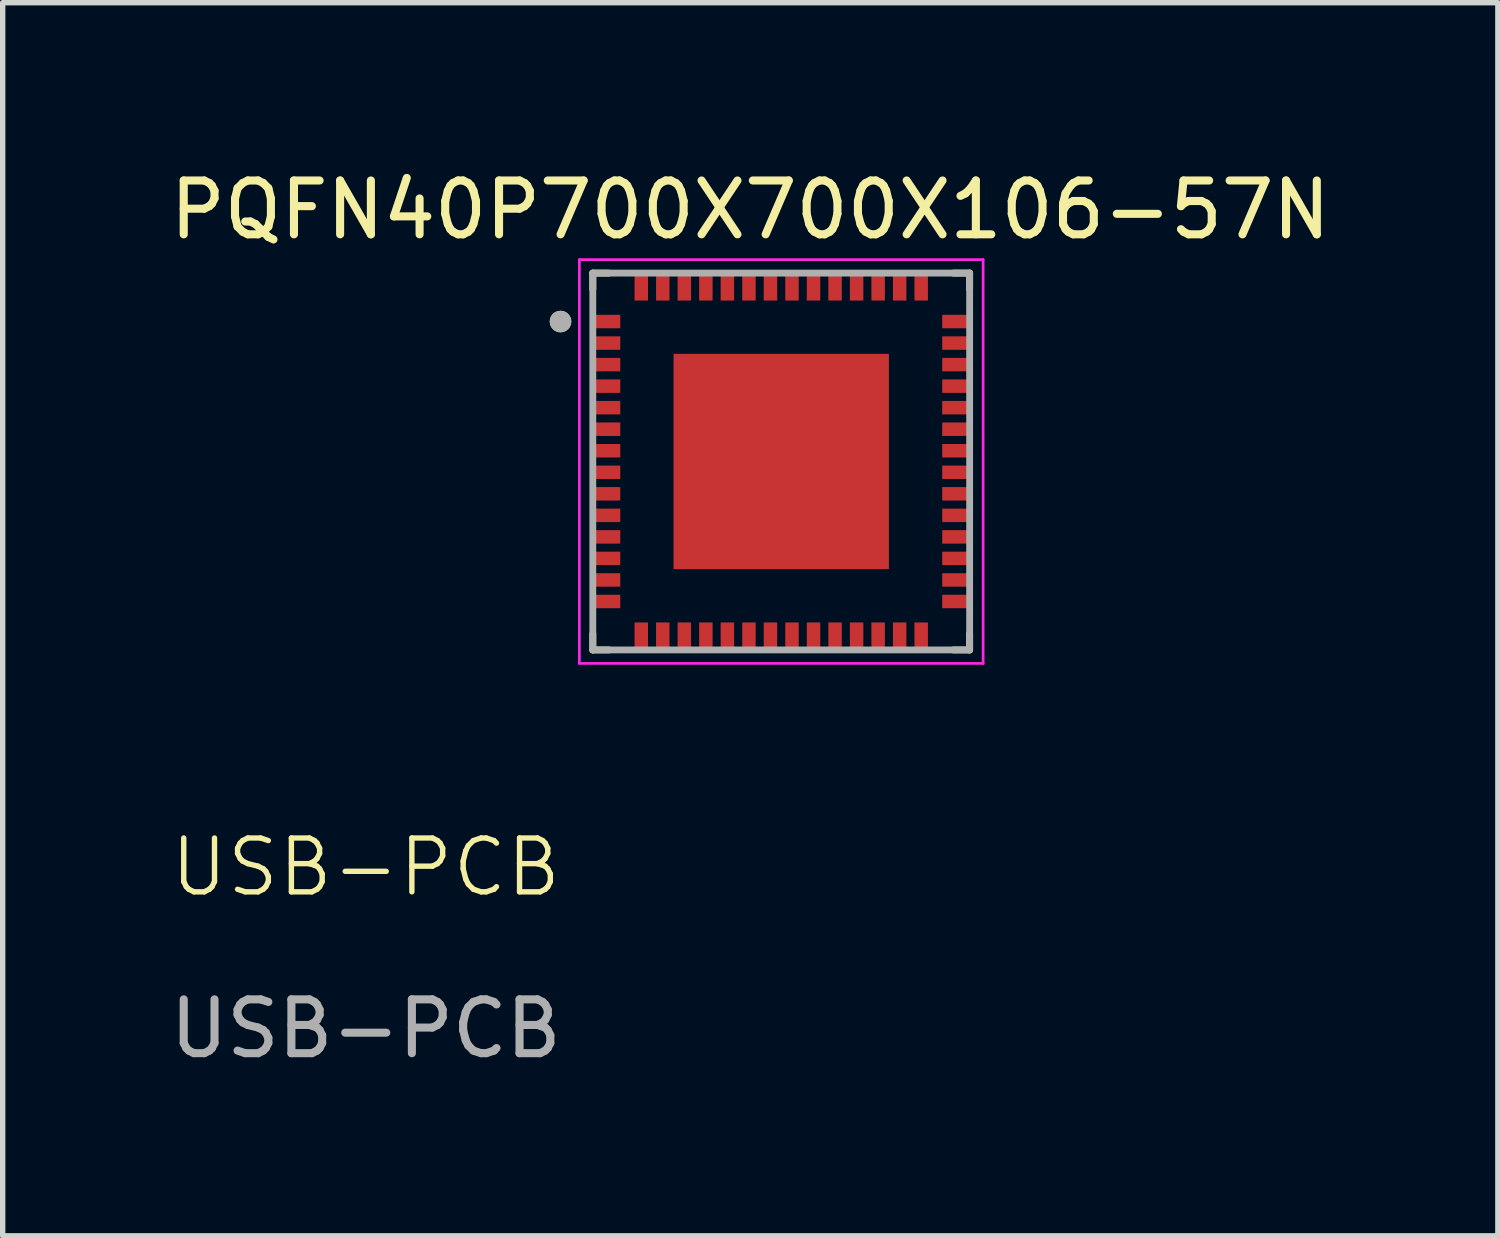
<source format=kicad_pcb>
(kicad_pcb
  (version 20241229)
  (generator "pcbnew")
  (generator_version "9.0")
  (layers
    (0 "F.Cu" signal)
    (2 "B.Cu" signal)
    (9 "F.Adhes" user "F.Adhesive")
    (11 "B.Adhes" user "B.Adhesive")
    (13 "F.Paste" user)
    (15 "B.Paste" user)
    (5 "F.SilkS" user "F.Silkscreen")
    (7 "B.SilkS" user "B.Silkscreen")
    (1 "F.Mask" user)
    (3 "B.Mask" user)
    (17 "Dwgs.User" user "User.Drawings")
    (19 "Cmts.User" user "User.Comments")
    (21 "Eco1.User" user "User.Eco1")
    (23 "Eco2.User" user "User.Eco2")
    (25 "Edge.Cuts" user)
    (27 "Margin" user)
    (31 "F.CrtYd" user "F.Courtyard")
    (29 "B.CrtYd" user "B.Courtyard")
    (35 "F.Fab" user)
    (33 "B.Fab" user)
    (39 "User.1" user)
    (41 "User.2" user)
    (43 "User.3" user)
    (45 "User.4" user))
  (footprint "PQFN40P700X700X106-57N"
    (layer "F.Cu")
    (at 11.462 5.523)
    (property "Reference" "PQFN40P700X700X106-57N" (at -0.575 -4.675 0) (layer "F.SilkS") (effects (font (size 1 1) (thickness 0.15))))
    (attr smd)
    (fp_poly (pts (xy -3.51 -2.775) (xy -2.94 -2.775) (xy -2.94 -2.425) (xy -3.51 -2.425)) (stroke (width 0.01) (type solid)) (fill yes) (layer "F.Mask"))
    (fp_poly (pts (xy -3.51 -2.375) (xy -2.94 -2.375) (xy -2.94 -2.025) (xy -3.51 -2.025)) (stroke (width 0.01) (type solid)) (fill yes) (layer "F.Mask"))
    (fp_poly (pts (xy -3.51 -1.975) (xy -2.94 -1.975) (xy -2.94 -1.625) (xy -3.51 -1.625)) (stroke (width 0.01) (type solid)) (fill yes) (layer "F.Mask"))
    (fp_poly (pts (xy -3.51 -1.575) (xy -2.94 -1.575) (xy -2.94 -1.225) (xy -3.51 -1.225)) (stroke (width 0.01) (type solid)) (fill yes) (layer "F.Mask"))
    (fp_poly (pts (xy -3.51 -1.175) (xy -2.94 -1.175) (xy -2.94 -0.825) (xy -3.51 -0.825)) (stroke (width 0.01) (type solid)) (fill yes) (layer "F.Mask"))
    (fp_poly (pts (xy -3.51 -0.775) (xy -2.94 -0.775) (xy -2.94 -0.425) (xy -3.51 -0.425)) (stroke (width 0.01) (type solid)) (fill yes) (layer "F.Mask"))
    (fp_poly (pts (xy -3.51 -0.375) (xy -2.94 -0.375) (xy -2.94 -0.025) (xy -3.51 -0.025)) (stroke (width 0.01) (type solid)) (fill yes) (layer "F.Mask"))
    (fp_poly (pts (xy -3.51 0.025) (xy -2.94 0.025) (xy -2.94 0.375) (xy -3.51 0.375)) (stroke (width 0.01) (type solid)) (fill yes) (layer "F.Mask"))
    (fp_poly (pts (xy -3.51 0.425) (xy -2.94 0.425) (xy -2.94 0.775) (xy -3.51 0.775)) (stroke (width 0.01) (type solid)) (fill yes) (layer "F.Mask"))
    (fp_poly (pts (xy -3.51 0.825) (xy -2.94 0.825) (xy -2.94 1.175) (xy -3.51 1.175)) (stroke (width 0.01) (type solid)) (fill yes) (layer "F.Mask"))
    (fp_poly (pts (xy -3.51 1.225) (xy -2.94 1.225) (xy -2.94 1.575) (xy -3.51 1.575)) (stroke (width 0.01) (type solid)) (fill yes) (layer "F.Mask"))
    (fp_poly (pts (xy -3.51 1.625) (xy -2.94 1.625) (xy -2.94 1.975) (xy -3.51 1.975)) (stroke (width 0.01) (type solid)) (fill yes) (layer "F.Mask"))
    (fp_poly (pts (xy -3.51 2.025) (xy -2.94 2.025) (xy -2.94 2.375) (xy -3.51 2.375)) (stroke (width 0.01) (type solid)) (fill yes) (layer "F.Mask"))
    (fp_poly (pts (xy -3.51 2.425) (xy -2.94 2.425) (xy -2.94 2.775) (xy -3.51 2.775)) (stroke (width 0.01) (type solid)) (fill yes) (layer "F.Mask"))
    (fp_poly (pts (xy -2.885 -3.4) (xy -2.315 -3.4) (xy -2.315 -3.05) (xy -2.885 -3.05)) (stroke (width 0.01) (type solid)) (fill yes) (layer "F.Mask"))
    (fp_poly (pts (xy -2.885 3.05) (xy -2.315 3.05) (xy -2.315 3.4) (xy -2.885 3.4)) (stroke (width 0.01) (type solid)) (fill yes) (layer "F.Mask"))
    (fp_poly (pts (xy -2.485 -3.4) (xy -1.915 -3.4) (xy -1.915 -3.05) (xy -2.485 -3.05)) (stroke (width 0.01) (type solid)) (fill yes) (layer "F.Mask"))
    (fp_poly (pts (xy -2.485 3.05) (xy -1.915 3.05) (xy -1.915 3.4) (xy -2.485 3.4)) (stroke (width 0.01) (type solid)) (fill yes) (layer "F.Mask"))
    (fp_poly (pts (xy -2.085 -3.4) (xy -1.515 -3.4) (xy -1.515 -3.05) (xy -2.085 -3.05)) (stroke (width 0.01) (type solid)) (fill yes) (layer "F.Mask"))
    (fp_poly (pts (xy -2.085 3.05) (xy -1.515 3.05) (xy -1.515 3.4) (xy -2.085 3.4)) (stroke (width 0.01) (type solid)) (fill yes) (layer "F.Mask"))
    (fp_poly (pts (xy -1.685 -3.4) (xy -1.115 -3.4) (xy -1.115 -3.05) (xy -1.685 -3.05)) (stroke (width 0.01) (type solid)) (fill yes) (layer "F.Mask"))
    (fp_poly (pts (xy -1.685 3.05) (xy -1.115 3.05) (xy -1.115 3.4) (xy -1.685 3.4)) (stroke (width 0.01) (type solid)) (fill yes) (layer "F.Mask"))
    (fp_poly (pts (xy -1.285 -3.4) (xy -0.715 -3.4) (xy -0.715 -3.05) (xy -1.285 -3.05)) (stroke (width 0.01) (type solid)) (fill yes) (layer "F.Mask"))
    (fp_poly (pts (xy -1.285 3.05) (xy -0.715 3.05) (xy -0.715 3.4) (xy -1.285 3.4)) (stroke (width 0.01) (type solid)) (fill yes) (layer "F.Mask"))
    (fp_poly (pts (xy -0.885 -3.4) (xy -0.315 -3.4) (xy -0.315 -3.05) (xy -0.885 -3.05)) (stroke (width 0.01) (type solid)) (fill yes) (layer "F.Mask"))
    (fp_poly (pts (xy -0.885 3.05) (xy -0.315 3.05) (xy -0.315 3.4) (xy -0.885 3.4)) (stroke (width 0.01) (type solid)) (fill yes) (layer "F.Mask"))
    (fp_poly (pts (xy -0.485 -3.4) (xy 0.085 -3.4) (xy 0.085 -3.05) (xy -0.485 -3.05)) (stroke (width 0.01) (type solid)) (fill yes) (layer "F.Mask"))
    (fp_poly (pts (xy -0.485 3.05) (xy 0.085 3.05) (xy 0.085 3.4) (xy -0.485 3.4)) (stroke (width 0.01) (type solid)) (fill yes) (layer "F.Mask"))
    (fp_poly (pts (xy -0.085 -3.4) (xy 0.485 -3.4) (xy 0.485 -3.05) (xy -0.085 -3.05)) (stroke (width 0.01) (type solid)) (fill yes) (layer "F.Mask"))
    (fp_poly (pts (xy -0.085 3.05) (xy 0.485 3.05) (xy 0.485 3.4) (xy -0.085 3.4)) (stroke (width 0.01) (type solid)) (fill yes) (layer "F.Mask"))
    (fp_poly (pts (xy 0.315 -3.4) (xy 0.885 -3.4) (xy 0.885 -3.05) (xy 0.315 -3.05)) (stroke (width 0.01) (type solid)) (fill yes) (layer "F.Mask"))
    (fp_poly (pts (xy 0.315 3.05) (xy 0.885 3.05) (xy 0.885 3.4) (xy 0.315 3.4)) (stroke (width 0.01) (type solid)) (fill yes) (layer "F.Mask"))
    (fp_poly (pts (xy 0.715 -3.4) (xy 1.285 -3.4) (xy 1.285 -3.05) (xy 0.715 -3.05)) (stroke (width 0.01) (type solid)) (fill yes) (layer "F.Mask"))
    (fp_poly (pts (xy 0.715 3.05) (xy 1.285 3.05) (xy 1.285 3.4) (xy 0.715 3.4)) (stroke (width 0.01) (type solid)) (fill yes) (layer "F.Mask"))
    (fp_poly (pts (xy 1.115 -3.4) (xy 1.685 -3.4) (xy 1.685 -3.05) (xy 1.115 -3.05)) (stroke (width 0.01) (type solid)) (fill yes) (layer "F.Mask"))
    (fp_poly (pts (xy 1.115 3.05) (xy 1.685 3.05) (xy 1.685 3.4) (xy 1.115 3.4)) (stroke (width 0.01) (type solid)) (fill yes) (layer "F.Mask"))
    (fp_poly (pts (xy 1.515 -3.4) (xy 2.085 -3.4) (xy 2.085 -3.05) (xy 1.515 -3.05)) (stroke (width 0.01) (type solid)) (fill yes) (layer "F.Mask"))
    (fp_poly (pts (xy 1.515 3.05) (xy 2.085 3.05) (xy 2.085 3.4) (xy 1.515 3.4)) (stroke (width 0.01) (type solid)) (fill yes) (layer "F.Mask"))
    (fp_poly (pts (xy 1.915 -3.4) (xy 2.485 -3.4) (xy 2.485 -3.05) (xy 1.915 -3.05)) (stroke (width 0.01) (type solid)) (fill yes) (layer "F.Mask"))
    (fp_poly (pts (xy 1.915 3.05) (xy 2.485 3.05) (xy 2.485 3.4) (xy 1.915 3.4)) (stroke (width 0.01) (type solid)) (fill yes) (layer "F.Mask"))
    (fp_poly (pts (xy 2.315 -3.4) (xy 2.885 -3.4) (xy 2.885 -3.05) (xy 2.315 -3.05)) (stroke (width 0.01) (type solid)) (fill yes) (layer "F.Mask"))
    (fp_poly (pts (xy 2.315 3.05) (xy 2.885 3.05) (xy 2.885 3.4) (xy 2.315 3.4)) (stroke (width 0.01) (type solid)) (fill yes) (layer "F.Mask"))
    (fp_poly (pts (xy 2.94 -2.775) (xy 3.51 -2.775) (xy 3.51 -2.425) (xy 2.94 -2.425)) (stroke (width 0.01) (type solid)) (fill yes) (layer "F.Mask"))
    (fp_poly (pts (xy 2.94 -2.375) (xy 3.51 -2.375) (xy 3.51 -2.025) (xy 2.94 -2.025)) (stroke (width 0.01) (type solid)) (fill yes) (layer "F.Mask"))
    (fp_poly (pts (xy 2.94 -1.975) (xy 3.51 -1.975) (xy 3.51 -1.625) (xy 2.94 -1.625)) (stroke (width 0.01) (type solid)) (fill yes) (layer "F.Mask"))
    (fp_poly (pts (xy 2.94 -1.575) (xy 3.51 -1.575) (xy 3.51 -1.225) (xy 2.94 -1.225)) (stroke (width 0.01) (type solid)) (fill yes) (layer "F.Mask"))
    (fp_poly (pts (xy 2.94 -1.175) (xy 3.51 -1.175) (xy 3.51 -0.825) (xy 2.94 -0.825)) (stroke (width 0.01) (type solid)) (fill yes) (layer "F.Mask"))
    (fp_poly (pts (xy 2.94 -0.775) (xy 3.51 -0.775) (xy 3.51 -0.425) (xy 2.94 -0.425)) (stroke (width 0.01) (type solid)) (fill yes) (layer "F.Mask"))
    (fp_poly (pts (xy 2.94 -0.375) (xy 3.51 -0.375) (xy 3.51 -0.025) (xy 2.94 -0.025)) (stroke (width 0.01) (type solid)) (fill yes) (layer "F.Mask"))
    (fp_poly (pts (xy 2.94 0.025) (xy 3.51 0.025) (xy 3.51 0.375) (xy 2.94 0.375)) (stroke (width 0.01) (type solid)) (fill yes) (layer "F.Mask"))
    (fp_poly (pts (xy 2.94 0.425) (xy 3.51 0.425) (xy 3.51 0.775) (xy 2.94 0.775)) (stroke (width 0.01) (type solid)) (fill yes) (layer "F.Mask"))
    (fp_poly (pts (xy 2.94 0.825) (xy 3.51 0.825) (xy 3.51 1.175) (xy 2.94 1.175)) (stroke (width 0.01) (type solid)) (fill yes) (layer "F.Mask"))
    (fp_poly (pts (xy 2.94 1.225) (xy 3.51 1.225) (xy 3.51 1.575) (xy 2.94 1.575)) (stroke (width 0.01) (type solid)) (fill yes) (layer "F.Mask"))
    (fp_poly (pts (xy 2.94 1.625) (xy 3.51 1.625) (xy 3.51 1.975) (xy 2.94 1.975)) (stroke (width 0.01) (type solid)) (fill yes) (layer "F.Mask"))
    (fp_poly (pts (xy 2.94 2.025) (xy 3.51 2.025) (xy 3.51 2.375) (xy 2.94 2.375)) (stroke (width 0.01) (type solid)) (fill yes) (layer "F.Mask"))
    (fp_poly (pts (xy 2.94 2.425) (xy 3.51 2.425) (xy 3.51 2.775) (xy 2.94 2.775)) (stroke (width 0.01) (type solid)) (fill yes) (layer "F.Mask"))
    (fp_line (start -3.5 -3.5) (end -3.2 -3.5) (stroke (width 0.127) (type solid)) (layer "F.SilkS"))
    (fp_line (start -3.5 -3.2) (end -3.5 -3.5) (stroke (width 0.127) (type solid)) (layer "F.SilkS"))
    (fp_line (start -3.5 3.2) (end -3.5 3.5) (stroke (width 0.127) (type solid)) (layer "F.SilkS"))
    (fp_line (start -3.5 3.5) (end -3.2 3.5) (stroke (width 0.127) (type solid)) (layer "F.SilkS"))
    (fp_line (start 3.2 -3.5) (end 3.5 -3.5) (stroke (width 0.127) (type solid)) (layer "F.SilkS"))
    (fp_line (start 3.2 3.5) (end 3.5 3.5) (stroke (width 0.127) (type solid)) (layer "F.SilkS"))
    (fp_line (start 3.5 -3.5) (end 3.5 -3.2) (stroke (width 0.127) (type solid)) (layer "F.SilkS"))
    (fp_line (start 3.5 3.5) (end 3.5 3.2) (stroke (width 0.127) (type solid)) (layer "F.SilkS"))
    (fp_circle (center -4.1 -2.6) (end -4 -2.6) (stroke (width 0.2) (type solid)) (fill no) (layer "F.SilkS"))
    (fp_poly (pts (xy -1.515 -1.515) (xy -0.245 -1.515) (xy -0.245 -0.245) (xy -1.515 -0.245)) (stroke (width 0.01) (type solid)) (fill yes) (layer "F.Paste"))
    (fp_poly (pts (xy -1.515 0.245) (xy -0.245 0.245) (xy -0.245 1.515) (xy -1.515 1.515)) (stroke (width 0.01) (type solid)) (fill yes) (layer "F.Paste"))
    (fp_poly (pts (xy 0.245 -1.515) (xy 1.515 -1.515) (xy 1.515 -0.245) (xy 0.245 -0.245)) (stroke (width 0.01) (type solid)) (fill yes) (layer "F.Paste"))
    (fp_poly (pts (xy 0.245 0.245) (xy 1.515 0.245) (xy 1.515 1.515) (xy 0.245 1.515)) (stroke (width 0.01) (type solid)) (fill yes) (layer "F.Paste"))
    (fp_line (start -3.75 -3.75) (end -3.75 3.75) (stroke (width 0.05) (type solid)) (layer "F.CrtYd"))
    (fp_line (start -3.75 3.75) (end 3.75 3.75) (stroke (width 0.05) (type solid)) (layer "F.CrtYd"))
    (fp_line (start 3.75 -3.75) (end -3.75 -3.75) (stroke (width 0.05) (type solid)) (layer "F.CrtYd"))
    (fp_line (start 3.75 3.75) (end 3.75 -3.75) (stroke (width 0.05) (type solid)) (layer "F.CrtYd"))
    (fp_line (start -3.5 -3.5) (end -3.5 3.5) (stroke (width 0.127) (type solid)) (layer "F.Fab"))
    (fp_line (start -3.5 3.5) (end 3.5 3.5) (stroke (width 0.127) (type solid)) (layer "F.Fab"))
    (fp_line (start 3.5 -3.5) (end -3.5 -3.5) (stroke (width 0.127) (type solid)) (layer "F.Fab"))
    (fp_line (start 3.5 3.5) (end 3.5 -3.5) (stroke (width 0.127) (type solid)) (layer "F.Fab"))
    (fp_circle (center -4.1 -2.6) (end -4 -2.6) (stroke (width 0.2) (type solid)) (fill no) (layer "F.Fab"))
    (pad "1" smd rect (at -3.225 -2.6) (size 0.47 0.25) (layers "F.Cu" "F.Paste"))
    (pad "2" smd rect (at -3.225 -2.2) (size 0.47 0.25) (layers "F.Cu" "F.Paste"))
    (pad "3" smd rect (at -3.225 -1.8) (size 0.47 0.25) (layers "F.Cu" "F.Paste"))
    (pad "4" smd rect (at -3.225 -1.4) (size 0.47 0.25) (layers "F.Cu" "F.Paste"))
    (pad "5" smd rect (at -3.225 -1) (size 0.47 0.25) (layers "F.Cu" "F.Paste"))
    (pad "6" smd rect (at -3.225 -0.6) (size 0.47 0.25) (layers "F.Cu" "F.Paste"))
    (pad "7" smd rect (at -3.225 -0.2) (size 0.47 0.25) (layers "F.Cu" "F.Paste"))
    (pad "8" smd rect (at -3.225 0.2) (size 0.47 0.25) (layers "F.Cu" "F.Paste"))
    (pad "9" smd rect (at -3.225 0.6) (size 0.47 0.25) (layers "F.Cu" "F.Paste"))
    (pad "10" smd rect (at -3.225 1) (size 0.47 0.25) (layers "F.Cu" "F.Paste"))
    (pad "11" smd rect (at -3.225 1.4) (size 0.47 0.25) (layers "F.Cu" "F.Paste"))
    (pad "12" smd rect (at -3.225 1.8) (size 0.47 0.25) (layers "F.Cu" "F.Paste"))
    (pad "13" smd rect (at -3.225 2.2) (size 0.47 0.25) (layers "F.Cu" "F.Paste"))
    (pad "14" smd rect (at -3.225 2.6) (size 0.47 0.25) (layers "F.Cu" "F.Paste"))
    (pad "15" smd rect (at -2.6 3.225) (size 0.25 0.47) (layers "F.Cu" "F.Paste"))
    (pad "16" smd rect (at -2.2 3.225) (size 0.25 0.47) (layers "F.Cu" "F.Paste"))
    (pad "17" smd rect (at -1.8 3.225) (size 0.25 0.47) (layers "F.Cu" "F.Paste"))
    (pad "18" smd rect (at -1.4 3.225) (size 0.25 0.47) (layers "F.Cu" "F.Paste"))
    (pad "19" smd rect (at -1 3.225) (size 0.25 0.47) (layers "F.Cu" "F.Paste"))
    (pad "20" smd rect (at -0.6 3.225) (size 0.25 0.47) (layers "F.Cu" "F.Paste"))
    (pad "21" smd rect (at -0.2 3.225) (size 0.25 0.47) (layers "F.Cu" "F.Paste"))
    (pad "22" smd rect (at 0.2 3.225) (size 0.25 0.47) (layers "F.Cu" "F.Paste"))
    (pad "23" smd rect (at 0.6 3.225) (size 0.25 0.47) (layers "F.Cu" "F.Paste"))
    (pad "24" smd rect (at 1 3.225) (size 0.25 0.47) (layers "F.Cu" "F.Paste"))
    (pad "25" smd rect (at 1.4 3.225) (size 0.25 0.47) (layers "F.Cu" "F.Paste"))
    (pad "26" smd rect (at 1.8 3.225) (size 0.25 0.47) (layers "F.Cu" "F.Paste"))
    (pad "27" smd rect (at 2.2 3.225) (size 0.25 0.47) (layers "F.Cu" "F.Paste"))
    (pad "28" smd rect (at 2.6 3.225) (size 0.25 0.47) (layers "F.Cu" "F.Paste"))
    (pad "29" smd rect (at 3.225 2.6) (size 0.47 0.25) (layers "F.Cu" "F.Paste"))
    (pad "30" smd rect (at 3.225 2.2) (size 0.47 0.25) (layers "F.Cu" "F.Paste"))
    (pad "31" smd rect (at 3.225 1.8) (size 0.47 0.25) (layers "F.Cu" "F.Paste"))
    (pad "32" smd rect (at 3.225 1.4) (size 0.47 0.25) (layers "F.Cu" "F.Paste"))
    (pad "33" smd rect (at 3.225 1) (size 0.47 0.25) (layers "F.Cu" "F.Paste"))
    (pad "34" smd rect (at 3.225 0.6) (size 0.47 0.25) (layers "F.Cu" "F.Paste"))
    (pad "35" smd rect (at 3.225 0.2) (size 0.47 0.25) (layers "F.Cu" "F.Paste"))
    (pad "36" smd rect (at 3.225 -0.2) (size 0.47 0.25) (layers "F.Cu" "F.Paste"))
    (pad "37" smd rect (at 3.225 -0.6) (size 0.47 0.25) (layers "F.Cu" "F.Paste"))
    (pad "38" smd rect (at 3.225 -1) (size 0.47 0.25) (layers "F.Cu" "F.Paste"))
    (pad "39" smd rect (at 3.225 -1.4) (size 0.47 0.25) (layers "F.Cu" "F.Paste"))
    (pad "40" smd rect (at 3.225 -1.8) (size 0.47 0.25) (layers "F.Cu" "F.Paste"))
    (pad "41" smd rect (at 3.225 -2.2) (size 0.47 0.25) (layers "F.Cu" "F.Paste"))
    (pad "42" smd rect (at 3.225 -2.6) (size 0.47 0.25) (layers "F.Cu" "F.Paste"))
    (pad "43" smd rect (at 2.6 -3.225) (size 0.25 0.47) (layers "F.Cu" "F.Paste"))
    (pad "44" smd rect (at 2.2 -3.225) (size 0.25 0.47) (layers "F.Cu" "F.Paste"))
    (pad "45" smd rect (at 1.8 -3.225) (size 0.25 0.47) (layers "F.Cu" "F.Paste"))
    (pad "46" smd rect (at 1.4 -3.225) (size 0.25 0.47) (layers "F.Cu" "F.Paste"))
    (pad "47" smd rect (at 1 -3.225) (size 0.25 0.47) (layers "F.Cu" "F.Paste"))
    (pad "48" smd rect (at 0.6 -3.225) (size 0.25 0.47) (layers "F.Cu" "F.Paste"))
    (pad "49" smd rect (at 0.2 -3.225) (size 0.25 0.47) (layers "F.Cu" "F.Paste"))
    (pad "50" smd rect (at -0.2 -3.225) (size 0.25 0.47) (layers "F.Cu" "F.Paste"))
    (pad "51" smd rect (at -0.6 -3.225) (size 0.25 0.47) (layers "F.Cu" "F.Paste"))
    (pad "52" smd rect (at -1 -3.225) (size 0.25 0.47) (layers "F.Cu" "F.Paste"))
    (pad "53" smd rect (at -1.4 -3.225) (size 0.25 0.47) (layers "F.Cu" "F.Paste"))
    (pad "54" smd rect (at -1.8 -3.225) (size 0.25 0.47) (layers "F.Cu" "F.Paste"))
    (pad "55" smd rect (at -2.2 -3.225) (size 0.25 0.47) (layers "F.Cu" "F.Paste"))
    (pad "56" smd rect (at -2.6 -3.225) (size 0.25 0.47) (layers "F.Cu" "F.Paste"))
    (pad "57" smd rect (at 0 0) (size 4 4) (layers "F.Cu" "F.Mask")))
  (footprint "USB-PCB"
    (layer "F.Cu")
    (at 3.744 13.559)
    (property "Reference" "USB-PCB" (at 0 -0.5 0) (unlocked yes) (layer "F.SilkS") (effects (font (size 1 1) (thickness 0.1))))
    (attr smd)
    (fp_text user "${REFERENCE}" (at 0 2.5 0) (unlocked yes) (layer "F.Fab") (effects (font (size 1 1) (thickness 0.15)))))
  (gr_rect
    (start -3 -3)
    (end 24.774 19.907)
    (stroke (width 0.1) (type default))
    (fill no)
    (layer "Edge.Cuts")))
</source>
